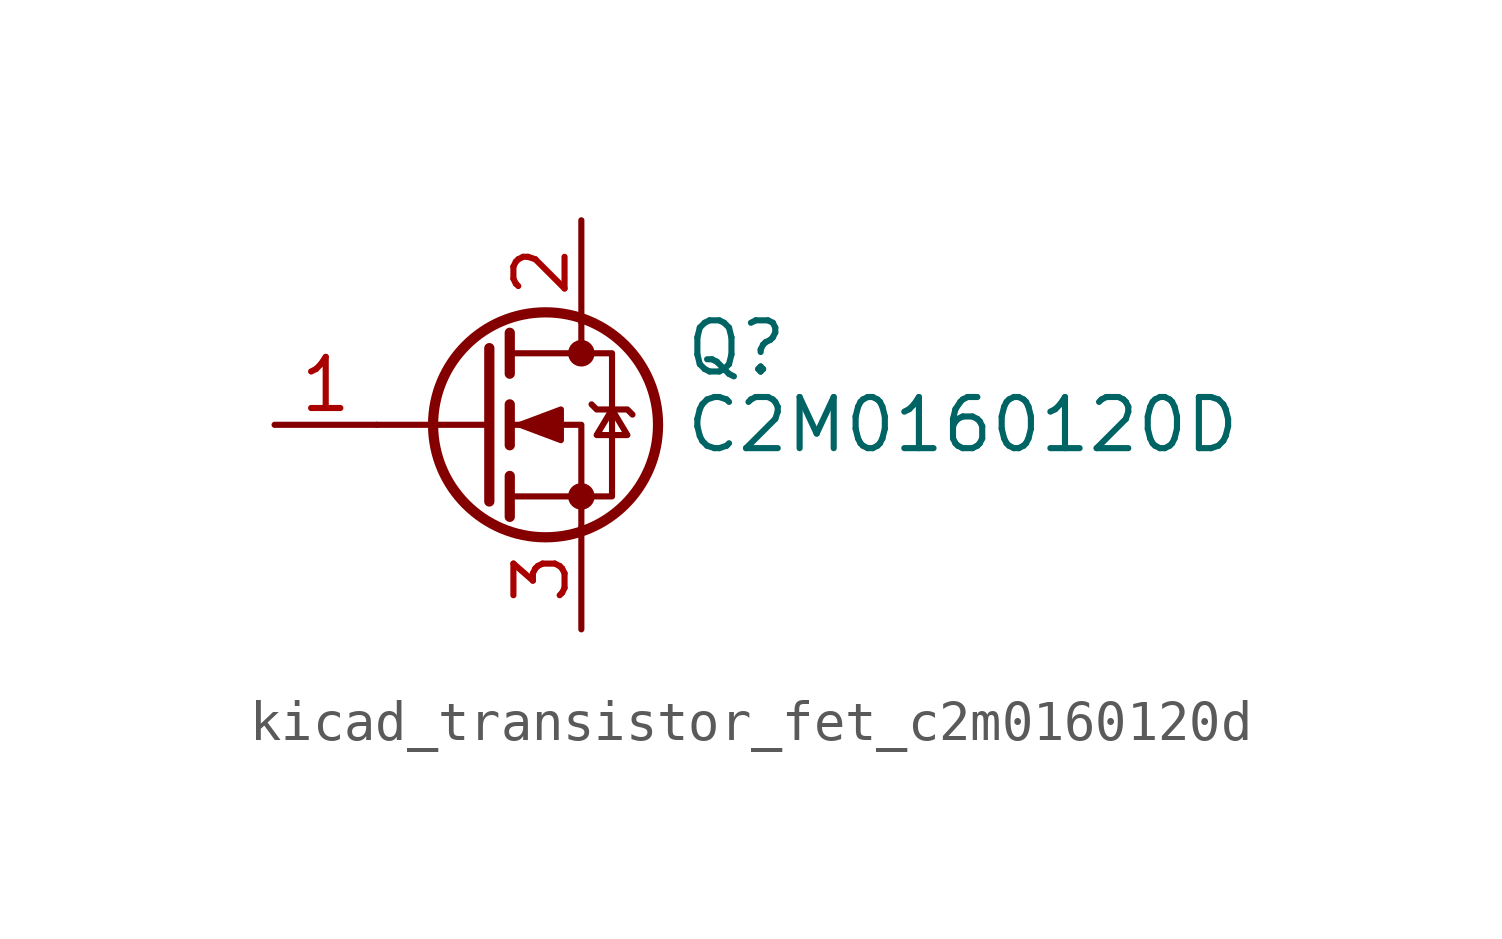
<source format=kicad_sym>
(kicad_symbol_lib
  (version 20220914)
  (generator kicad_symbol_editor)
  (symbol "kicad_transistor_fet_c2m0160120d"
    (pin_names hide)
    (property "Reference" "Q"
      (at 5.08 1.905 0)
      (effects (font (size 1.27 1.27)) (justify left)))
    (property "Value" "C2M0160120D"
      (at 5.08 0 0)
      (effects (font (size 1.27 1.27)) (justify left)))
    (symbol "kicad_transistor_fet_c2m0160120d_0_1"
      (polyline (pts (xy 0.254 0) (xy -2.54 0)) (stroke (width 0) (type default)) (fill (type none)))
      (polyline (pts (xy 0.254 1.905) (xy 0.254 -1.905)) (stroke (width 0.254) (type default)) (fill (type none)))
      (polyline (pts (xy 0.762 -1.27) (xy 0.762 -2.286)) (stroke (width 0.254) (type default)) (fill (type none)))
      (polyline (pts (xy 0.762 0.508) (xy 0.762 -0.508)) (stroke (width 0.254) (type default)) (fill (type none)))
      (polyline (pts (xy 0.762 2.286) (xy 0.762 1.27)) (stroke (width 0.254) (type default)) (fill (type none)))
      (polyline (pts (xy 2.54 2.54) (xy 2.54 1.778)) (stroke (width 0) (type default)) (fill (type none)))
      (polyline (pts (xy 2.54 -2.54) (xy 2.54 0) (xy 0.762 0)) (stroke (width 0) (type default)) (fill (type none)))
      (polyline (pts (xy 0.762 -1.778) (xy 3.302 -1.778) (xy 3.302 1.778) (xy 0.762 1.778)) (stroke (width 0) (type default)) (fill (type none)))
      (polyline (pts (xy 1.016 0) (xy 2.032 0.381) (xy 2.032 -0.381) (xy 1.016 0)) (stroke (width 0) (type default)) (fill (type outline)))
      (polyline (pts (xy 2.794 0.508) (xy 2.921 0.381) (xy 3.683 0.381) (xy 3.81 0.254)) (stroke (width 0) (type default)) (fill (type none)))
      (polyline (pts (xy 3.302 0.381) (xy 2.921 -0.254) (xy 3.683 -0.254) (xy 3.302 0.381)) (stroke (width 0) (type default)) (fill (type none)))
      (circle (center 1.651 0) (radius 2.794) (stroke (width 0.254) (type default)) (fill (type none)))
      (circle (center 2.54 -1.778) (radius 0.254) (stroke (width 0) (type default)) (fill (type outline)))
      (circle (center 2.54 1.778) (radius 0.254) (stroke (width 0) (type default)) (fill (type outline))))
    (symbol "kicad_transistor_fet_c2m0160120d_1_1"
      (pin input line (at -5.08 0 0) (length 2.54) (name "G" (effects (font (size 1.27 1.27)))) (number "1" (effects (font (size 1.27 1.27)))))
      (pin passive line (at 2.54 5.08 270) (length 2.54) (name "D" (effects (font (size 1.27 1.27)))) (number "2" (effects (font (size 1.27 1.27)))))
      (pin passive line (at 2.54 -5.08 90) (length 2.54) (name "S" (effects (font (size 1.27 1.27)))) (number "3" (effects (font (size 1.27 1.27))))))))
</source>
